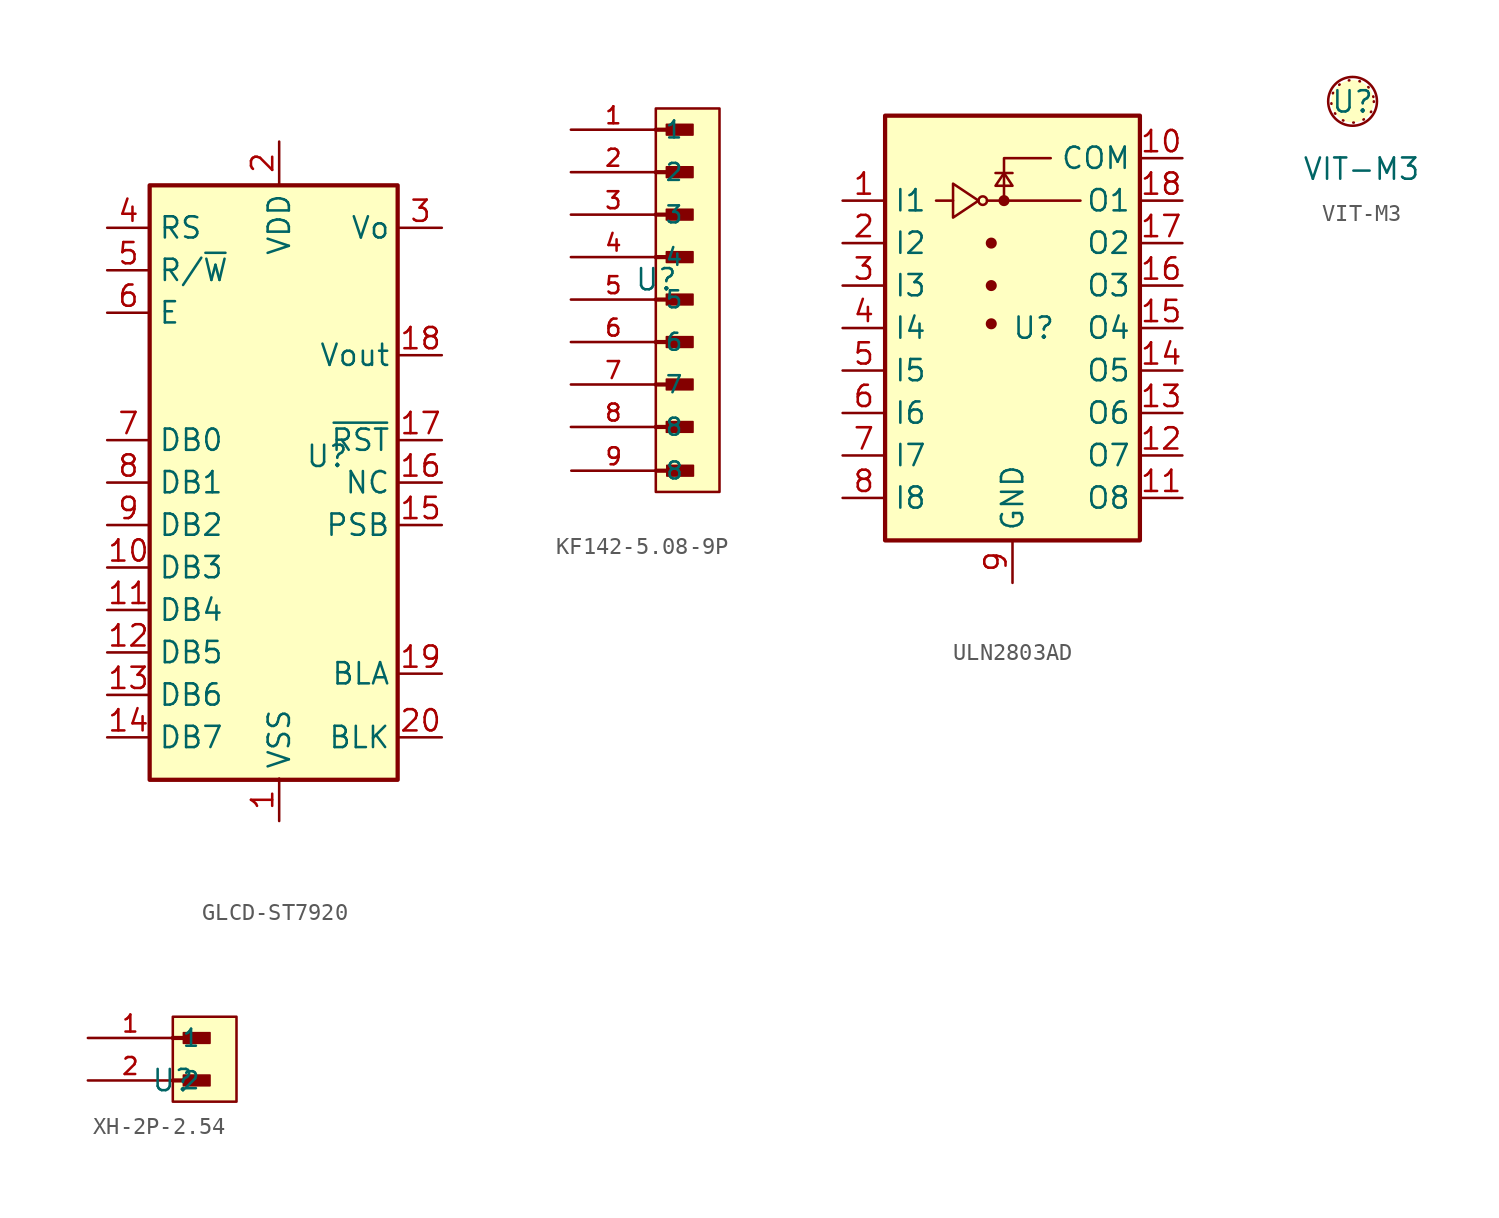
<source format=kicad_sym>
(kicad_symbol_lib
  (version 20220914)
  (generator kicad_symbol_editor)
  (symbol "GLCD-ST7920"
    (property "Reference" "U"
      (at 2.997 1.499 0)
      (effects (font (size 1.27 1.27))))
    (property "Value" ""
      (at 2.997 1.499 0)
      (effects (font (size 1.27 1.27))))
    (symbol "GLCD-ST7920_0_1"
      (rectangle (start -7.62 17.704) (end 7.214 -17.856) (stroke (width 0.254) (type solid)) (fill (type background))))
    (symbol "GLCD-ST7920_1_1"
      (pin power_in line (at 0.127 -20.32 90) (length 2.54) (name "VSS" (effects (font (size 1.27 1.27)))) (number "1" (effects (font (size 1.27 1.27)))))
      (pin bidirectional line (at -10.16 -5.156 0) (length 2.54) (name "DB3" (effects (font (size 1.27 1.27)))) (number "10" (effects (font (size 1.27 1.27)))))
      (pin bidirectional line (at -10.16 -7.696 0) (length 2.54) (name "DB4" (effects (font (size 1.27 1.27)))) (number "11" (effects (font (size 1.27 1.27)))))
      (pin bidirectional line (at -10.16 -10.236 0) (length 2.54) (name "DB5" (effects (font (size 1.27 1.27)))) (number "12" (effects (font (size 1.27 1.27)))))
      (pin bidirectional line (at -10.16 -12.776 0) (length 2.54) (name "DB6" (effects (font (size 1.27 1.27)))) (number "13" (effects (font (size 1.27 1.27)))))
      (pin bidirectional line (at -10.16 -15.316 0) (length 2.54) (name "DB7" (effects (font (size 1.27 1.27)))) (number "14" (effects (font (size 1.27 1.27)))))
      (pin input line (at 9.855 -2.616 180) (length 2.54) (name "PSB" (effects (font (size 1.27 1.27)))) (number "15" (effects (font (size 1.27 1.27)))))
      (pin input line (at 9.855 -0.076 180) (length 2.54) (name "NC" (effects (font (size 1.27 1.27)))) (number "16" (effects (font (size 1.27 1.27)))))
      (pin input line (at 9.855 2.464 180) (length 2.54) (name "~{RST}" (effects (font (size 1.27 1.27)))) (number "17" (effects (font (size 1.27 1.27)))))
      (pin passive line (at 9.855 7.544 180) (length 2.54) (name "Vout" (effects (font (size 1.27 1.27)))) (number "18" (effects (font (size 1.27 1.27)))))
      (pin passive line (at 9.855 -11.506 180) (length 2.54) (name "BLA" (effects (font (size 1.27 1.27)))) (number "19" (effects (font (size 1.27 1.27)))))
      (pin power_in line (at 0.127 20.32 270) (length 2.54) (name "VDD" (effects (font (size 1.27 1.27)))) (number "2" (effects (font (size 1.27 1.27)))))
      (pin passive line (at 9.855 -15.316 180) (length 2.54) (name "BLK" (effects (font (size 1.27 1.27)))) (number "20" (effects (font (size 1.27 1.27)))))
      (pin passive line (at 9.855 15.164 180) (length 2.54) (name "Vo" (effects (font (size 1.27 1.27)))) (number "3" (effects (font (size 1.27 1.27)))))
      (pin input line (at -10.16 15.164 0) (length 2.54) (name "RS" (effects (font (size 1.27 1.27)))) (number "4" (effects (font (size 1.27 1.27)))))
      (pin input line (at -10.16 12.624 0) (length 2.54) (name "R/~{W}" (effects (font (size 1.27 1.27)))) (number "5" (effects (font (size 1.27 1.27)))))
      (pin input line (at -10.16 10.084 0) (length 2.54) (name "E" (effects (font (size 1.27 1.27)))) (number "6" (effects (font (size 1.27 1.27)))))
      (pin bidirectional line (at -10.16 2.464 0) (length 2.54) (name "DB0" (effects (font (size 1.27 1.27)))) (number "7" (effects (font (size 1.27 1.27)))))
      (pin bidirectional line (at -10.16 -0.076 0) (length 2.54) (name "DB1" (effects (font (size 1.27 1.27)))) (number "8" (effects (font (size 1.27 1.27)))))
      (pin bidirectional line (at -10.16 -2.616 0) (length 2.54) (name "DB2" (effects (font (size 1.27 1.27)))) (number "9" (effects (font (size 1.27 1.27)))))))
  (symbol "KF142-5.08-9P"
    (property "Reference" "U"
      (at 0 0 0)
      (effects (font (size 1.27 1.27))))
    (property "Value" ""
      (at 0 0 0)
      (effects (font (size 1.27 1.27))))
    (symbol "KF142-5.08-9P_0_0"
      (polyline (pts (xy -0.025 -8.814) (xy 1.88 -8.814)) (stroke (width 0.254) (type default)) (fill (type none)))
      (polyline (pts (xy -0.025 -6.274) (xy 1.88 -6.274)) (stroke (width 0.254) (type default)) (fill (type none)))
      (polyline (pts (xy -0.025 -3.734) (xy 1.88 -3.734)) (stroke (width 0.254) (type default)) (fill (type none)))
      (polyline (pts (xy -0.025 -1.194) (xy 1.88 -1.194)) (stroke (width 0.254) (type default)) (fill (type none)))
      (polyline (pts (xy -0.025 1.346) (xy 1.88 1.346)) (stroke (width 0.254) (type default)) (fill (type none)))
      (polyline (pts (xy -0.025 3.886) (xy 1.88 3.886)) (stroke (width 0.254) (type default)) (fill (type none)))
      (polyline (pts (xy -0.025 6.426) (xy 1.88 6.426)) (stroke (width 0.254) (type default)) (fill (type none)))
      (polyline (pts (xy -0.025 8.966) (xy 1.88 8.966)) (stroke (width 0.254) (type default)) (fill (type none)))
      (polyline (pts (xy 0 -11.43) (xy 1.905 -11.43)) (stroke (width 0.254) (type default)) (fill (type none)))
      (rectangle (start 0.61 -8.496) (end 2.197 -9.131) (stroke (width 0.1) (type default)) (fill (type outline)))
      (rectangle (start 0.61 -6.591) (end 2.197 -5.956) (stroke (width 0.1) (type default)) (fill (type outline)))
      (rectangle (start 0.61 -4.051) (end 2.197 -3.416) (stroke (width 0.1) (type default)) (fill (type outline)))
      (rectangle (start 0.61 -1.511) (end 2.197 -0.876) (stroke (width 0.1) (type default)) (fill (type outline)))
      (rectangle (start 0.61 1.029) (end 2.197 1.664) (stroke (width 0.1) (type default)) (fill (type outline)))
      (rectangle (start 0.61 3.569) (end 2.197 4.204) (stroke (width 0.1) (type default)) (fill (type outline)))
      (rectangle (start 0.61 6.109) (end 2.197 6.744) (stroke (width 0.1) (type default)) (fill (type outline)))
      (rectangle (start 0.61 8.649) (end 2.197 9.284) (stroke (width 0.1) (type default)) (fill (type outline)))
      (rectangle (start 0.635 -11.113) (end 2.223 -11.748) (stroke (width 0.1) (type default)) (fill (type outline)))
      (pin passive line (at -5.105 8.966 0) (length 5.08) (name "1" (effects (font (size 1.016 1.016)))) (number "1" (effects (font (size 1.016 1.016)))))
      (pin passive line (at -5.105 6.426 0) (length 5.08) (name "2" (effects (font (size 1.016 1.016)))) (number "2" (effects (font (size 1.016 1.016)))))
      (pin passive line (at -5.105 3.886 0) (length 5.08) (name "3" (effects (font (size 1.016 1.016)))) (number "3" (effects (font (size 1.016 1.016)))))
      (pin passive line (at -5.105 1.346 0) (length 5.08) (name "4" (effects (font (size 1.016 1.016)))) (number "4" (effects (font (size 1.016 1.016))))))
    (symbol "KF142-5.08-9P_1_0"
      (pin passive line (at -5.105 -1.194 0) (length 5.08) (name "5" (effects (font (size 1.016 1.016)))) (number "5" (effects (font (size 1.016 1.016)))))
      (pin passive line (at -5.105 -3.734 0) (length 5.08) (name "6" (effects (font (size 1.016 1.016)))) (number "6" (effects (font (size 1.016 1.016)))))
      (pin passive line (at -5.105 -6.274 0) (length 5.08) (name "7" (effects (font (size 1.016 1.016)))) (number "7" (effects (font (size 1.016 1.016)))))
      (pin passive line (at -5.105 -8.814 0) (length 5.08) (name "8" (effects (font (size 1.016 1.016)))) (number "8" (effects (font (size 1.016 1.016)))))
      (pin passive line (at -5.08 -11.43 0) (length 5.08) (name "8" (effects (font (size 1.016 1.016)))) (number "9" (effects (font (size 1.016 1.016))))))
    (symbol "KF142-5.08-9P_1_1"
      (rectangle (start -0.025 10.236) (end 3.785 -12.7) (stroke (width 0) (type default)) (fill (type background)))))
  (symbol "ULN2803AD"
    (property "Reference" "U"
      (at 0 0 0)
      (effects (font (size 1.27 1.27))))
    (property "Value" ""
      (at 0 0 0)
      (effects (font (size 1.27 1.27))))
    (symbol "ULN2803AD_0_1"
      (rectangle (start -8.89 -12.7) (end 6.35 12.7) (stroke (width 0.254) (type default)) (fill (type background)))
      (circle (center -3.048 7.62) (radius 0.254) (stroke (width 0) (type default)) (fill (type none)))
      (circle (center -2.54 0.254) (radius 0.254) (stroke (width 0) (type default)) (fill (type outline)))
      (circle (center -2.54 2.54) (radius 0.254) (stroke (width 0) (type default)) (fill (type outline)))
      (circle (center -2.54 5.08) (radius 0.254) (stroke (width 0) (type default)) (fill (type outline)))
      (circle (center -1.778 7.62) (radius 0.254) (stroke (width 0) (type default)) (fill (type outline)))
      (polyline (pts (xy -5.842 7.62) (xy -4.826 7.62)) (stroke (width 0) (type default)) (fill (type none)))
      (polyline (pts (xy -2.794 7.62) (xy 2.794 7.62)) (stroke (width 0) (type default)) (fill (type none)))
      (polyline (pts (xy -1.27 9.271) (xy -2.286 9.271)) (stroke (width 0) (type default)) (fill (type none)))
      (polyline (pts (xy -1.778 7.62) (xy -1.778 10.16) (xy 1.016 10.16)) (stroke (width 0) (type default)) (fill (type none)))
      (polyline (pts (xy -4.826 8.636) (xy -4.826 6.604) (xy -3.302 7.62) (xy -4.826 8.636)) (stroke (width 0) (type default)) (fill (type none)))
      (polyline (pts (xy -1.27 8.509) (xy -2.286 8.509) (xy -1.778 9.271) (xy -1.27 8.509)) (stroke (width 0) (type default)) (fill (type none))))
    (symbol "ULN2803AD_1_1"
      (pin input line (at -11.43 7.62 0) (length 2.54) (name "I1" (effects (font (size 1.27 1.27)))) (number "1" (effects (font (size 1.27 1.27)))))
      (pin passive line (at 8.89 10.16 180) (length 2.54) (name "COM" (effects (font (size 1.27 1.27)))) (number "10" (effects (font (size 1.27 1.27)))))
      (pin open_collector line (at 8.89 -10.16 180) (length 2.54) (name "O8" (effects (font (size 1.27 1.27)))) (number "11" (effects (font (size 1.27 1.27)))))
      (pin open_collector line (at 8.89 -7.62 180) (length 2.54) (name "O7" (effects (font (size 1.27 1.27)))) (number "12" (effects (font (size 1.27 1.27)))))
      (pin open_collector line (at 8.89 -5.08 180) (length 2.54) (name "O6" (effects (font (size 1.27 1.27)))) (number "13" (effects (font (size 1.27 1.27)))))
      (pin open_collector line (at 8.89 -2.54 180) (length 2.54) (name "O5" (effects (font (size 1.27 1.27)))) (number "14" (effects (font (size 1.27 1.27)))))
      (pin open_collector line (at 8.89 0 180) (length 2.54) (name "O4" (effects (font (size 1.27 1.27)))) (number "15" (effects (font (size 1.27 1.27)))))
      (pin open_collector line (at 8.89 2.54 180) (length 2.54) (name "O3" (effects (font (size 1.27 1.27)))) (number "16" (effects (font (size 1.27 1.27)))))
      (pin open_collector line (at 8.89 5.08 180) (length 2.54) (name "O2" (effects (font (size 1.27 1.27)))) (number "17" (effects (font (size 1.27 1.27)))))
      (pin open_collector line (at 8.89 7.62 180) (length 2.54) (name "O1" (effects (font (size 1.27 1.27)))) (number "18" (effects (font (size 1.27 1.27)))))
      (pin input line (at -11.43 5.08 0) (length 2.54) (name "I2" (effects (font (size 1.27 1.27)))) (number "2" (effects (font (size 1.27 1.27)))))
      (pin input line (at -11.43 2.54 0) (length 2.54) (name "I3" (effects (font (size 1.27 1.27)))) (number "3" (effects (font (size 1.27 1.27)))))
      (pin input line (at -11.43 0 0) (length 2.54) (name "I4" (effects (font (size 1.27 1.27)))) (number "4" (effects (font (size 1.27 1.27)))))
      (pin input line (at -11.43 -2.54 0) (length 2.54) (name "I5" (effects (font (size 1.27 1.27)))) (number "5" (effects (font (size 1.27 1.27)))))
      (pin input line (at -11.43 -5.08 0) (length 2.54) (name "I6" (effects (font (size 1.27 1.27)))) (number "6" (effects (font (size 1.27 1.27)))))
      (pin input line (at -11.43 -7.62 0) (length 2.54) (name "I7" (effects (font (size 1.27 1.27)))) (number "7" (effects (font (size 1.27 1.27)))))
      (pin input line (at -11.43 -10.16 0) (length 2.54) (name "I8" (effects (font (size 1.27 1.27)))) (number "8" (effects (font (size 1.27 1.27)))))
      (pin power_in line (at -1.27 -15.24 90) (length 2.54) (name "GND" (effects (font (size 1.27 1.27)))) (number "9" (effects (font (size 1.27 1.27)))))))
  (symbol "VIT-M3"
    (property "Reference" "U"
      (at 0 0 0)
      (effects (font (size 1.27 1.27))))
    (property "Value" "VIT-M3"
      (at 0.533 -4.013 0)
      (effects (font (size 1.27 1.27))))
    (symbol "VIT-M3_1_1"
      (circle (center 0 0.025) (radius 1.27) (stroke (width 0) (type dot)) (fill (type background)))
      (circle (center 0 0.025) (radius 1.456) (stroke (width 0) (type default)) (fill (type none)))))
  (symbol "XH-2P-2.54"
    (property "Reference" "U"
      (at 0 0 0)
      (effects (font (size 1.27 1.27))))
    (property "Value" ""
      (at 0 0 0)
      (effects (font (size 1.27 1.27))))
    (symbol "XH-2P-2.54_0_0"
      (polyline (pts (xy 0 0) (xy 1.905 0)) (stroke (width 0.254) (type default)) (fill (type none)))
      (polyline (pts (xy 0 2.54) (xy 1.905 2.54)) (stroke (width 0.254) (type default)) (fill (type none)))
      (rectangle (start 0.635 -0.318) (end 2.223 0.318) (stroke (width 0.1) (type default)) (fill (type outline)))
      (rectangle (start 0.635 2.223) (end 2.223 2.857) (stroke (width 0.1) (type default)) (fill (type outline)))
      (pin passive line (at -5.08 2.54 0) (length 5.08) (name "1" (effects (font (size 1.016 1.016)))) (number "1" (effects (font (size 1.016 1.016)))))
      (pin passive line (at -5.08 0 0) (length 5.08) (name "2" (effects (font (size 1.016 1.016)))) (number "2" (effects (font (size 1.016 1.016))))))
    (symbol "XH-2P-2.54_1_1"
      (rectangle (start 0 3.81) (end 3.81 -1.27) (stroke (width 0) (type default)) (fill (type background))))))
</source>
